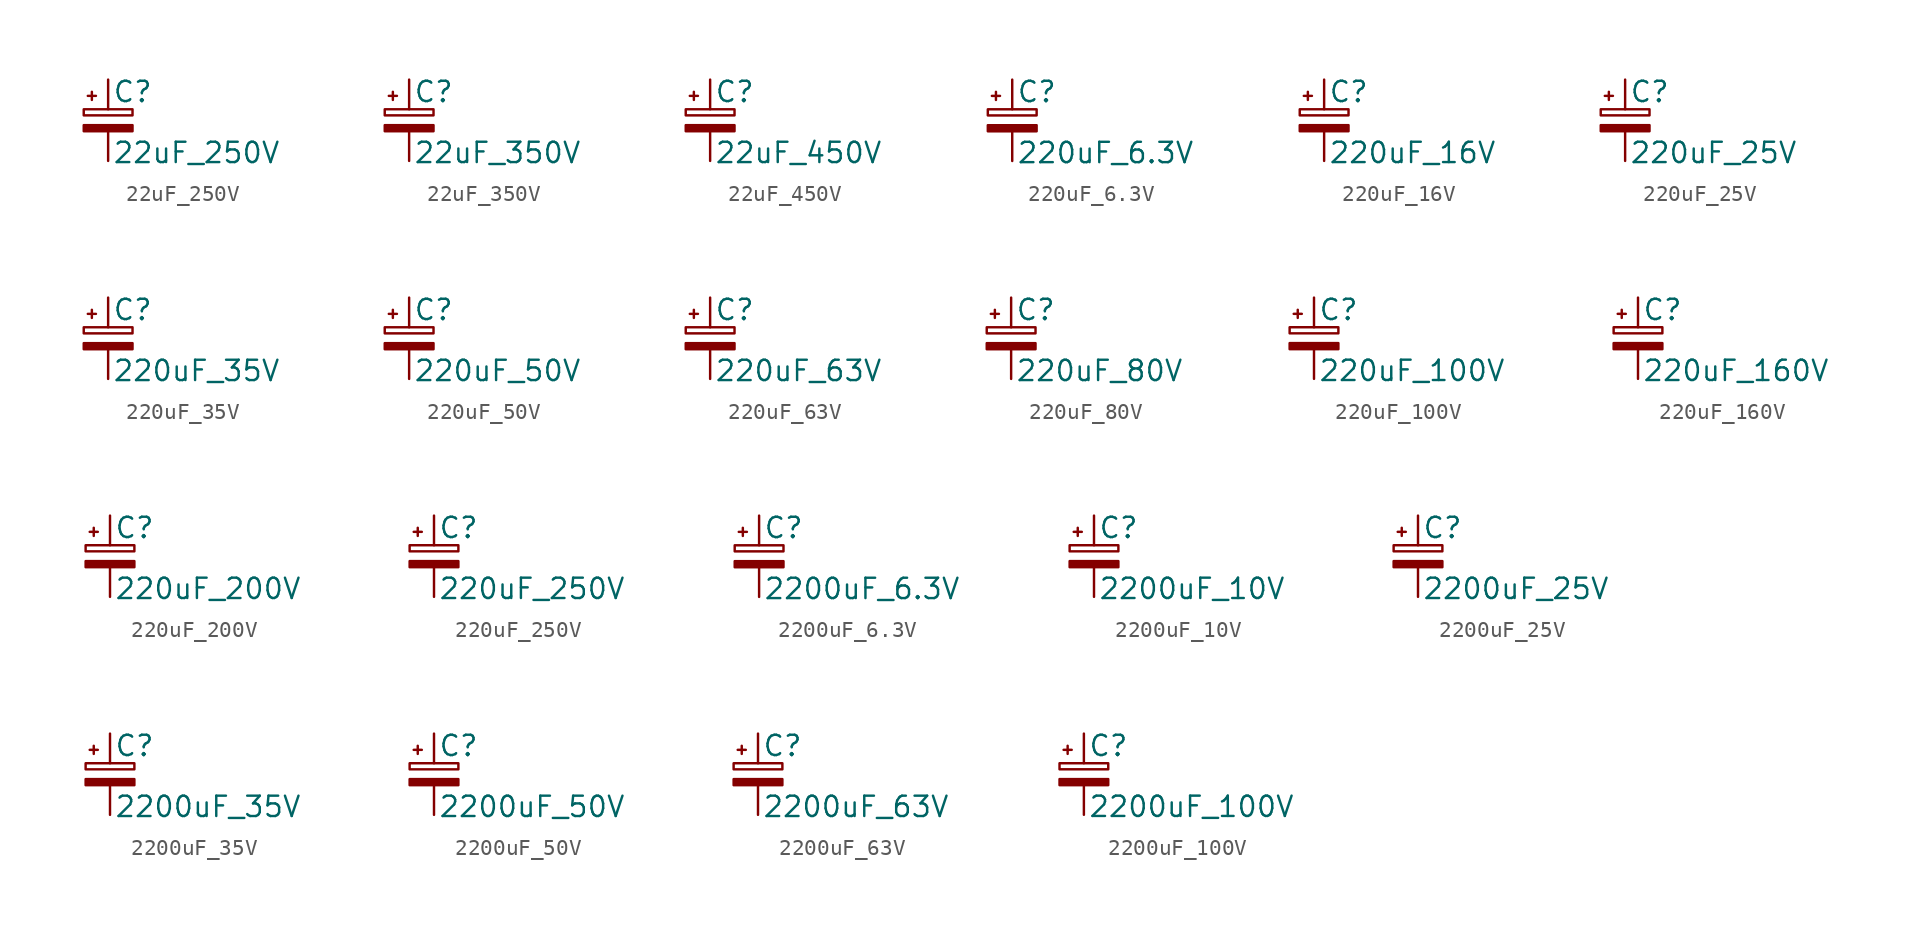
<source format=kicad_sym>
(kicad_symbol_lib
  (version 20211014)
  (generator kicad_symbol_editor)
  (symbol "22uF_250V"
    (pin_numbers hide)
    (pin_names
      (offset 0.254) hide)
    (property "Reference" "C"
      (at 0.254 1.778 0)
      (effects (font (size 1.27 1.27)) (justify left)))
    (property "Value" "22uF_250V"
      (at 0.254 -2.032 0)
      (effects (font (size 1.27 1.27)) (justify left)))
    (symbol "22uF_250V_0_1"
      (rectangle (start -1.524 -0.305) (end 1.524 -0.686) (stroke (width 0) (type default) (color 0 0 0 0)) (fill (type outline)))
      (rectangle (start -1.524 0.686) (end 1.524 0.305) (stroke (width 0) (type default) (color 0 0 0 0)) (fill (type none)))
      (polyline (pts (xy -1.27 1.524) (xy -0.762 1.524)) (stroke (width 0) (type default) (color 0 0 0 0)) (fill (type none)))
      (polyline (pts (xy -1.016 1.27) (xy -1.016 1.778)) (stroke (width 0) (type default) (color 0 0 0 0)) (fill (type none))))
    (symbol "22uF_250V_1_1"
      (pin passive line (at 0 2.54 270) (length 1.854) (name "~" (effects (font (size 1.27 1.27)))) (number "1" (effects (font (size 1.27 1.27)))))
      (pin passive line (at 0 -2.54 90) (length 1.854) (name "~" (effects (font (size 1.27 1.27)))) (number "2" (effects (font (size 1.27 1.27)))))))
  (symbol "22uF_350V"
    (pin_numbers hide)
    (pin_names
      (offset 0.254) hide)
    (property "Reference" "C"
      (at 0.254 1.778 0)
      (effects (font (size 1.27 1.27)) (justify left)))
    (property "Value" "22uF_350V"
      (at 0.254 -2.032 0)
      (effects (font (size 1.27 1.27)) (justify left)))
    (symbol "22uF_350V_0_1"
      (rectangle (start -1.524 -0.305) (end 1.524 -0.686) (stroke (width 0) (type default) (color 0 0 0 0)) (fill (type outline)))
      (rectangle (start -1.524 0.686) (end 1.524 0.305) (stroke (width 0) (type default) (color 0 0 0 0)) (fill (type none)))
      (polyline (pts (xy -1.27 1.524) (xy -0.762 1.524)) (stroke (width 0) (type default) (color 0 0 0 0)) (fill (type none)))
      (polyline (pts (xy -1.016 1.27) (xy -1.016 1.778)) (stroke (width 0) (type default) (color 0 0 0 0)) (fill (type none))))
    (symbol "22uF_350V_1_1"
      (pin passive line (at 0 2.54 270) (length 1.854) (name "~" (effects (font (size 1.27 1.27)))) (number "1" (effects (font (size 1.27 1.27)))))
      (pin passive line (at 0 -2.54 90) (length 1.854) (name "~" (effects (font (size 1.27 1.27)))) (number "2" (effects (font (size 1.27 1.27)))))))
  (symbol "22uF_450V"
    (pin_numbers hide)
    (pin_names
      (offset 0.254) hide)
    (property "Reference" "C"
      (at 0.254 1.778 0)
      (effects (font (size 1.27 1.27)) (justify left)))
    (property "Value" "22uF_450V"
      (at 0.254 -2.032 0)
      (effects (font (size 1.27 1.27)) (justify left)))
    (symbol "22uF_450V_0_1"
      (rectangle (start -1.524 -0.305) (end 1.524 -0.686) (stroke (width 0) (type default) (color 0 0 0 0)) (fill (type outline)))
      (rectangle (start -1.524 0.686) (end 1.524 0.305) (stroke (width 0) (type default) (color 0 0 0 0)) (fill (type none)))
      (polyline (pts (xy -1.27 1.524) (xy -0.762 1.524)) (stroke (width 0) (type default) (color 0 0 0 0)) (fill (type none)))
      (polyline (pts (xy -1.016 1.27) (xy -1.016 1.778)) (stroke (width 0) (type default) (color 0 0 0 0)) (fill (type none))))
    (symbol "22uF_450V_1_1"
      (pin passive line (at 0 2.54 270) (length 1.854) (name "~" (effects (font (size 1.27 1.27)))) (number "1" (effects (font (size 1.27 1.27)))))
      (pin passive line (at 0 -2.54 90) (length 1.854) (name "~" (effects (font (size 1.27 1.27)))) (number "2" (effects (font (size 1.27 1.27)))))))
  (symbol "220uF_6.3V"
    (pin_numbers hide)
    (pin_names
      (offset 0.254) hide)
    (property "Reference" "C"
      (at 0.254 1.778 0)
      (effects (font (size 1.27 1.27)) (justify left)))
    (property "Value" "220uF_6.3V"
      (at 0.254 -2.032 0)
      (effects (font (size 1.27 1.27)) (justify left)))
    (symbol "220uF_6.3V_0_1"
      (rectangle (start -1.524 -0.305) (end 1.524 -0.686) (stroke (width 0) (type default) (color 0 0 0 0)) (fill (type outline)))
      (rectangle (start -1.524 0.686) (end 1.524 0.305) (stroke (width 0) (type default) (color 0 0 0 0)) (fill (type none)))
      (polyline (pts (xy -1.27 1.524) (xy -0.762 1.524)) (stroke (width 0) (type default) (color 0 0 0 0)) (fill (type none)))
      (polyline (pts (xy -1.016 1.27) (xy -1.016 1.778)) (stroke (width 0) (type default) (color 0 0 0 0)) (fill (type none))))
    (symbol "220uF_6.3V_1_1"
      (pin passive line (at 0 2.54 270) (length 1.854) (name "~" (effects (font (size 1.27 1.27)))) (number "1" (effects (font (size 1.27 1.27)))))
      (pin passive line (at 0 -2.54 90) (length 1.854) (name "~" (effects (font (size 1.27 1.27)))) (number "2" (effects (font (size 1.27 1.27)))))))
  (symbol "220uF_16V"
    (pin_numbers hide)
    (pin_names
      (offset 0.254) hide)
    (property "Reference" "C"
      (at 0.254 1.778 0)
      (effects (font (size 1.27 1.27)) (justify left)))
    (property "Value" "220uF_16V"
      (at 0.254 -2.032 0)
      (effects (font (size 1.27 1.27)) (justify left)))
    (symbol "220uF_16V_0_1"
      (rectangle (start -1.524 -0.305) (end 1.524 -0.686) (stroke (width 0) (type default) (color 0 0 0 0)) (fill (type outline)))
      (rectangle (start -1.524 0.686) (end 1.524 0.305) (stroke (width 0) (type default) (color 0 0 0 0)) (fill (type none)))
      (polyline (pts (xy -1.27 1.524) (xy -0.762 1.524)) (stroke (width 0) (type default) (color 0 0 0 0)) (fill (type none)))
      (polyline (pts (xy -1.016 1.27) (xy -1.016 1.778)) (stroke (width 0) (type default) (color 0 0 0 0)) (fill (type none))))
    (symbol "220uF_16V_1_1"
      (pin passive line (at 0 2.54 270) (length 1.854) (name "~" (effects (font (size 1.27 1.27)))) (number "1" (effects (font (size 1.27 1.27)))))
      (pin passive line (at 0 -2.54 90) (length 1.854) (name "~" (effects (font (size 1.27 1.27)))) (number "2" (effects (font (size 1.27 1.27)))))))
  (symbol "220uF_25V"
    (pin_numbers hide)
    (pin_names
      (offset 0.254) hide)
    (property "Reference" "C"
      (at 0.254 1.778 0)
      (effects (font (size 1.27 1.27)) (justify left)))
    (property "Value" "220uF_25V"
      (at 0.254 -2.032 0)
      (effects (font (size 1.27 1.27)) (justify left)))
    (symbol "220uF_25V_0_1"
      (rectangle (start -1.524 -0.305) (end 1.524 -0.686) (stroke (width 0) (type default) (color 0 0 0 0)) (fill (type outline)))
      (rectangle (start -1.524 0.686) (end 1.524 0.305) (stroke (width 0) (type default) (color 0 0 0 0)) (fill (type none)))
      (polyline (pts (xy -1.27 1.524) (xy -0.762 1.524)) (stroke (width 0) (type default) (color 0 0 0 0)) (fill (type none)))
      (polyline (pts (xy -1.016 1.27) (xy -1.016 1.778)) (stroke (width 0) (type default) (color 0 0 0 0)) (fill (type none))))
    (symbol "220uF_25V_1_1"
      (pin passive line (at 0 2.54 270) (length 1.854) (name "~" (effects (font (size 1.27 1.27)))) (number "1" (effects (font (size 1.27 1.27)))))
      (pin passive line (at 0 -2.54 90) (length 1.854) (name "~" (effects (font (size 1.27 1.27)))) (number "2" (effects (font (size 1.27 1.27)))))))
  (symbol "220uF_35V"
    (pin_numbers hide)
    (pin_names
      (offset 0.254) hide)
    (property "Reference" "C"
      (at 0.254 1.778 0)
      (effects (font (size 1.27 1.27)) (justify left)))
    (property "Value" "220uF_35V"
      (at 0.254 -2.032 0)
      (effects (font (size 1.27 1.27)) (justify left)))
    (symbol "220uF_35V_0_1"
      (rectangle (start -1.524 -0.305) (end 1.524 -0.686) (stroke (width 0) (type default) (color 0 0 0 0)) (fill (type outline)))
      (rectangle (start -1.524 0.686) (end 1.524 0.305) (stroke (width 0) (type default) (color 0 0 0 0)) (fill (type none)))
      (polyline (pts (xy -1.27 1.524) (xy -0.762 1.524)) (stroke (width 0) (type default) (color 0 0 0 0)) (fill (type none)))
      (polyline (pts (xy -1.016 1.27) (xy -1.016 1.778)) (stroke (width 0) (type default) (color 0 0 0 0)) (fill (type none))))
    (symbol "220uF_35V_1_1"
      (pin passive line (at 0 2.54 270) (length 1.854) (name "~" (effects (font (size 1.27 1.27)))) (number "1" (effects (font (size 1.27 1.27)))))
      (pin passive line (at 0 -2.54 90) (length 1.854) (name "~" (effects (font (size 1.27 1.27)))) (number "2" (effects (font (size 1.27 1.27)))))))
  (symbol "220uF_50V"
    (pin_numbers hide)
    (pin_names
      (offset 0.254) hide)
    (property "Reference" "C"
      (at 0.254 1.778 0)
      (effects (font (size 1.27 1.27)) (justify left)))
    (property "Value" "220uF_50V"
      (at 0.254 -2.032 0)
      (effects (font (size 1.27 1.27)) (justify left)))
    (symbol "220uF_50V_0_1"
      (rectangle (start -1.524 -0.305) (end 1.524 -0.686) (stroke (width 0) (type default) (color 0 0 0 0)) (fill (type outline)))
      (rectangle (start -1.524 0.686) (end 1.524 0.305) (stroke (width 0) (type default) (color 0 0 0 0)) (fill (type none)))
      (polyline (pts (xy -1.27 1.524) (xy -0.762 1.524)) (stroke (width 0) (type default) (color 0 0 0 0)) (fill (type none)))
      (polyline (pts (xy -1.016 1.27) (xy -1.016 1.778)) (stroke (width 0) (type default) (color 0 0 0 0)) (fill (type none))))
    (symbol "220uF_50V_1_1"
      (pin passive line (at 0 2.54 270) (length 1.854) (name "~" (effects (font (size 1.27 1.27)))) (number "1" (effects (font (size 1.27 1.27)))))
      (pin passive line (at 0 -2.54 90) (length 1.854) (name "~" (effects (font (size 1.27 1.27)))) (number "2" (effects (font (size 1.27 1.27)))))))
  (symbol "220uF_63V"
    (pin_numbers hide)
    (pin_names
      (offset 0.254) hide)
    (property "Reference" "C"
      (at 0.254 1.778 0)
      (effects (font (size 1.27 1.27)) (justify left)))
    (property "Value" "220uF_63V"
      (at 0.254 -2.032 0)
      (effects (font (size 1.27 1.27)) (justify left)))
    (symbol "220uF_63V_0_1"
      (rectangle (start -1.524 -0.305) (end 1.524 -0.686) (stroke (width 0) (type default) (color 0 0 0 0)) (fill (type outline)))
      (rectangle (start -1.524 0.686) (end 1.524 0.305) (stroke (width 0) (type default) (color 0 0 0 0)) (fill (type none)))
      (polyline (pts (xy -1.27 1.524) (xy -0.762 1.524)) (stroke (width 0) (type default) (color 0 0 0 0)) (fill (type none)))
      (polyline (pts (xy -1.016 1.27) (xy -1.016 1.778)) (stroke (width 0) (type default) (color 0 0 0 0)) (fill (type none))))
    (symbol "220uF_63V_1_1"
      (pin passive line (at 0 2.54 270) (length 1.854) (name "~" (effects (font (size 1.27 1.27)))) (number "1" (effects (font (size 1.27 1.27)))))
      (pin passive line (at 0 -2.54 90) (length 1.854) (name "~" (effects (font (size 1.27 1.27)))) (number "2" (effects (font (size 1.27 1.27)))))))
  (symbol "220uF_80V"
    (pin_numbers hide)
    (pin_names
      (offset 0.254) hide)
    (property "Reference" "C"
      (at 0.254 1.778 0)
      (effects (font (size 1.27 1.27)) (justify left)))
    (property "Value" "220uF_80V"
      (at 0.254 -2.032 0)
      (effects (font (size 1.27 1.27)) (justify left)))
    (symbol "220uF_80V_0_1"
      (rectangle (start -1.524 -0.305) (end 1.524 -0.686) (stroke (width 0) (type default) (color 0 0 0 0)) (fill (type outline)))
      (rectangle (start -1.524 0.686) (end 1.524 0.305) (stroke (width 0) (type default) (color 0 0 0 0)) (fill (type none)))
      (polyline (pts (xy -1.27 1.524) (xy -0.762 1.524)) (stroke (width 0) (type default) (color 0 0 0 0)) (fill (type none)))
      (polyline (pts (xy -1.016 1.27) (xy -1.016 1.778)) (stroke (width 0) (type default) (color 0 0 0 0)) (fill (type none))))
    (symbol "220uF_80V_1_1"
      (pin passive line (at 0 2.54 270) (length 1.854) (name "~" (effects (font (size 1.27 1.27)))) (number "1" (effects (font (size 1.27 1.27)))))
      (pin passive line (at 0 -2.54 90) (length 1.854) (name "~" (effects (font (size 1.27 1.27)))) (number "2" (effects (font (size 1.27 1.27)))))))
  (symbol "220uF_100V"
    (pin_numbers hide)
    (pin_names
      (offset 0.254) hide)
    (property "Reference" "C"
      (at 0.254 1.778 0)
      (effects (font (size 1.27 1.27)) (justify left)))
    (property "Value" "220uF_100V"
      (at 0.254 -2.032 0)
      (effects (font (size 1.27 1.27)) (justify left)))
    (symbol "220uF_100V_0_1"
      (rectangle (start -1.524 -0.305) (end 1.524 -0.686) (stroke (width 0) (type default) (color 0 0 0 0)) (fill (type outline)))
      (rectangle (start -1.524 0.686) (end 1.524 0.305) (stroke (width 0) (type default) (color 0 0 0 0)) (fill (type none)))
      (polyline (pts (xy -1.27 1.524) (xy -0.762 1.524)) (stroke (width 0) (type default) (color 0 0 0 0)) (fill (type none)))
      (polyline (pts (xy -1.016 1.27) (xy -1.016 1.778)) (stroke (width 0) (type default) (color 0 0 0 0)) (fill (type none))))
    (symbol "220uF_100V_1_1"
      (pin passive line (at 0 2.54 270) (length 1.854) (name "~" (effects (font (size 1.27 1.27)))) (number "1" (effects (font (size 1.27 1.27)))))
      (pin passive line (at 0 -2.54 90) (length 1.854) (name "~" (effects (font (size 1.27 1.27)))) (number "2" (effects (font (size 1.27 1.27)))))))
  (symbol "220uF_160V"
    (pin_numbers hide)
    (pin_names
      (offset 0.254) hide)
    (property "Reference" "C"
      (at 0.254 1.778 0)
      (effects (font (size 1.27 1.27)) (justify left)))
    (property "Value" "220uF_160V"
      (at 0.254 -2.032 0)
      (effects (font (size 1.27 1.27)) (justify left)))
    (symbol "220uF_160V_0_1"
      (rectangle (start -1.524 -0.305) (end 1.524 -0.686) (stroke (width 0) (type default) (color 0 0 0 0)) (fill (type outline)))
      (rectangle (start -1.524 0.686) (end 1.524 0.305) (stroke (width 0) (type default) (color 0 0 0 0)) (fill (type none)))
      (polyline (pts (xy -1.27 1.524) (xy -0.762 1.524)) (stroke (width 0) (type default) (color 0 0 0 0)) (fill (type none)))
      (polyline (pts (xy -1.016 1.27) (xy -1.016 1.778)) (stroke (width 0) (type default) (color 0 0 0 0)) (fill (type none))))
    (symbol "220uF_160V_1_1"
      (pin passive line (at 0 2.54 270) (length 1.854) (name "~" (effects (font (size 1.27 1.27)))) (number "1" (effects (font (size 1.27 1.27)))))
      (pin passive line (at 0 -2.54 90) (length 1.854) (name "~" (effects (font (size 1.27 1.27)))) (number "2" (effects (font (size 1.27 1.27)))))))
  (symbol "220uF_200V"
    (pin_numbers hide)
    (pin_names
      (offset 0.254) hide)
    (property "Reference" "C"
      (at 0.254 1.778 0)
      (effects (font (size 1.27 1.27)) (justify left)))
    (property "Value" "220uF_200V"
      (at 0.254 -2.032 0)
      (effects (font (size 1.27 1.27)) (justify left)))
    (symbol "220uF_200V_0_1"
      (rectangle (start -1.524 -0.305) (end 1.524 -0.686) (stroke (width 0) (type default) (color 0 0 0 0)) (fill (type outline)))
      (rectangle (start -1.524 0.686) (end 1.524 0.305) (stroke (width 0) (type default) (color 0 0 0 0)) (fill (type none)))
      (polyline (pts (xy -1.27 1.524) (xy -0.762 1.524)) (stroke (width 0) (type default) (color 0 0 0 0)) (fill (type none)))
      (polyline (pts (xy -1.016 1.27) (xy -1.016 1.778)) (stroke (width 0) (type default) (color 0 0 0 0)) (fill (type none))))
    (symbol "220uF_200V_1_1"
      (pin passive line (at 0 2.54 270) (length 1.854) (name "~" (effects (font (size 1.27 1.27)))) (number "1" (effects (font (size 1.27 1.27)))))
      (pin passive line (at 0 -2.54 90) (length 1.854) (name "~" (effects (font (size 1.27 1.27)))) (number "2" (effects (font (size 1.27 1.27)))))))
  (symbol "220uF_250V"
    (pin_numbers hide)
    (pin_names
      (offset 0.254) hide)
    (property "Reference" "C"
      (at 0.254 1.778 0)
      (effects (font (size 1.27 1.27)) (justify left)))
    (property "Value" "220uF_250V"
      (at 0.254 -2.032 0)
      (effects (font (size 1.27 1.27)) (justify left)))
    (symbol "220uF_250V_0_1"
      (rectangle (start -1.524 -0.305) (end 1.524 -0.686) (stroke (width 0) (type default) (color 0 0 0 0)) (fill (type outline)))
      (rectangle (start -1.524 0.686) (end 1.524 0.305) (stroke (width 0) (type default) (color 0 0 0 0)) (fill (type none)))
      (polyline (pts (xy -1.27 1.524) (xy -0.762 1.524)) (stroke (width 0) (type default) (color 0 0 0 0)) (fill (type none)))
      (polyline (pts (xy -1.016 1.27) (xy -1.016 1.778)) (stroke (width 0) (type default) (color 0 0 0 0)) (fill (type none))))
    (symbol "220uF_250V_1_1"
      (pin passive line (at 0 2.54 270) (length 1.854) (name "~" (effects (font (size 1.27 1.27)))) (number "1" (effects (font (size 1.27 1.27)))))
      (pin passive line (at 0 -2.54 90) (length 1.854) (name "~" (effects (font (size 1.27 1.27)))) (number "2" (effects (font (size 1.27 1.27)))))))
  (symbol "2200uF_6.3V"
    (pin_numbers hide)
    (pin_names
      (offset 0.254) hide)
    (property "Reference" "C"
      (at 0.254 1.778 0)
      (effects (font (size 1.27 1.27)) (justify left)))
    (property "Value" "2200uF_6.3V"
      (at 0.254 -2.032 0)
      (effects (font (size 1.27 1.27)) (justify left)))
    (symbol "2200uF_6.3V_0_1"
      (rectangle (start -1.524 -0.305) (end 1.524 -0.686) (stroke (width 0) (type default) (color 0 0 0 0)) (fill (type outline)))
      (rectangle (start -1.524 0.686) (end 1.524 0.305) (stroke (width 0) (type default) (color 0 0 0 0)) (fill (type none)))
      (polyline (pts (xy -1.27 1.524) (xy -0.762 1.524)) (stroke (width 0) (type default) (color 0 0 0 0)) (fill (type none)))
      (polyline (pts (xy -1.016 1.27) (xy -1.016 1.778)) (stroke (width 0) (type default) (color 0 0 0 0)) (fill (type none))))
    (symbol "2200uF_6.3V_1_1"
      (pin passive line (at 0 2.54 270) (length 1.854) (name "~" (effects (font (size 1.27 1.27)))) (number "1" (effects (font (size 1.27 1.27)))))
      (pin passive line (at 0 -2.54 90) (length 1.854) (name "~" (effects (font (size 1.27 1.27)))) (number "2" (effects (font (size 1.27 1.27)))))))
  (symbol "2200uF_10V"
    (pin_numbers hide)
    (pin_names
      (offset 0.254) hide)
    (property "Reference" "C"
      (at 0.254 1.778 0)
      (effects (font (size 1.27 1.27)) (justify left)))
    (property "Value" "2200uF_10V"
      (at 0.254 -2.032 0)
      (effects (font (size 1.27 1.27)) (justify left)))
    (symbol "2200uF_10V_0_1"
      (rectangle (start -1.524 -0.305) (end 1.524 -0.686) (stroke (width 0) (type default) (color 0 0 0 0)) (fill (type outline)))
      (rectangle (start -1.524 0.686) (end 1.524 0.305) (stroke (width 0) (type default) (color 0 0 0 0)) (fill (type none)))
      (polyline (pts (xy -1.27 1.524) (xy -0.762 1.524)) (stroke (width 0) (type default) (color 0 0 0 0)) (fill (type none)))
      (polyline (pts (xy -1.016 1.27) (xy -1.016 1.778)) (stroke (width 0) (type default) (color 0 0 0 0)) (fill (type none))))
    (symbol "2200uF_10V_1_1"
      (pin passive line (at 0 2.54 270) (length 1.854) (name "~" (effects (font (size 1.27 1.27)))) (number "1" (effects (font (size 1.27 1.27)))))
      (pin passive line (at 0 -2.54 90) (length 1.854) (name "~" (effects (font (size 1.27 1.27)))) (number "2" (effects (font (size 1.27 1.27)))))))
  (symbol "2200uF_25V"
    (pin_numbers hide)
    (pin_names
      (offset 0.254) hide)
    (property "Reference" "C"
      (at 0.254 1.778 0)
      (effects (font (size 1.27 1.27)) (justify left)))
    (property "Value" "2200uF_25V"
      (at 0.254 -2.032 0)
      (effects (font (size 1.27 1.27)) (justify left)))
    (symbol "2200uF_25V_0_1"
      (rectangle (start -1.524 -0.305) (end 1.524 -0.686) (stroke (width 0) (type default) (color 0 0 0 0)) (fill (type outline)))
      (rectangle (start -1.524 0.686) (end 1.524 0.305) (stroke (width 0) (type default) (color 0 0 0 0)) (fill (type none)))
      (polyline (pts (xy -1.27 1.524) (xy -0.762 1.524)) (stroke (width 0) (type default) (color 0 0 0 0)) (fill (type none)))
      (polyline (pts (xy -1.016 1.27) (xy -1.016 1.778)) (stroke (width 0) (type default) (color 0 0 0 0)) (fill (type none))))
    (symbol "2200uF_25V_1_1"
      (pin passive line (at 0 2.54 270) (length 1.854) (name "~" (effects (font (size 1.27 1.27)))) (number "1" (effects (font (size 1.27 1.27)))))
      (pin passive line (at 0 -2.54 90) (length 1.854) (name "~" (effects (font (size 1.27 1.27)))) (number "2" (effects (font (size 1.27 1.27)))))))
  (symbol "2200uF_35V"
    (pin_numbers hide)
    (pin_names
      (offset 0.254) hide)
    (property "Reference" "C"
      (at 0.254 1.778 0)
      (effects (font (size 1.27 1.27)) (justify left)))
    (property "Value" "2200uF_35V"
      (at 0.254 -2.032 0)
      (effects (font (size 1.27 1.27)) (justify left)))
    (symbol "2200uF_35V_0_1"
      (rectangle (start -1.524 -0.305) (end 1.524 -0.686) (stroke (width 0) (type default) (color 0 0 0 0)) (fill (type outline)))
      (rectangle (start -1.524 0.686) (end 1.524 0.305) (stroke (width 0) (type default) (color 0 0 0 0)) (fill (type none)))
      (polyline (pts (xy -1.27 1.524) (xy -0.762 1.524)) (stroke (width 0) (type default) (color 0 0 0 0)) (fill (type none)))
      (polyline (pts (xy -1.016 1.27) (xy -1.016 1.778)) (stroke (width 0) (type default) (color 0 0 0 0)) (fill (type none))))
    (symbol "2200uF_35V_1_1"
      (pin passive line (at 0 2.54 270) (length 1.854) (name "~" (effects (font (size 1.27 1.27)))) (number "1" (effects (font (size 1.27 1.27)))))
      (pin passive line (at 0 -2.54 90) (length 1.854) (name "~" (effects (font (size 1.27 1.27)))) (number "2" (effects (font (size 1.27 1.27)))))))
  (symbol "2200uF_50V"
    (pin_numbers hide)
    (pin_names
      (offset 0.254) hide)
    (property "Reference" "C"
      (at 0.254 1.778 0)
      (effects (font (size 1.27 1.27)) (justify left)))
    (property "Value" "2200uF_50V"
      (at 0.254 -2.032 0)
      (effects (font (size 1.27 1.27)) (justify left)))
    (symbol "2200uF_50V_0_1"
      (rectangle (start -1.524 -0.305) (end 1.524 -0.686) (stroke (width 0) (type default) (color 0 0 0 0)) (fill (type outline)))
      (rectangle (start -1.524 0.686) (end 1.524 0.305) (stroke (width 0) (type default) (color 0 0 0 0)) (fill (type none)))
      (polyline (pts (xy -1.27 1.524) (xy -0.762 1.524)) (stroke (width 0) (type default) (color 0 0 0 0)) (fill (type none)))
      (polyline (pts (xy -1.016 1.27) (xy -1.016 1.778)) (stroke (width 0) (type default) (color 0 0 0 0)) (fill (type none))))
    (symbol "2200uF_50V_1_1"
      (pin passive line (at 0 2.54 270) (length 1.854) (name "~" (effects (font (size 1.27 1.27)))) (number "1" (effects (font (size 1.27 1.27)))))
      (pin passive line (at 0 -2.54 90) (length 1.854) (name "~" (effects (font (size 1.27 1.27)))) (number "2" (effects (font (size 1.27 1.27)))))))
  (symbol "2200uF_63V"
    (pin_numbers hide)
    (pin_names
      (offset 0.254) hide)
    (property "Reference" "C"
      (at 0.254 1.778 0)
      (effects (font (size 1.27 1.27)) (justify left)))
    (property "Value" "2200uF_63V"
      (at 0.254 -2.032 0)
      (effects (font (size 1.27 1.27)) (justify left)))
    (symbol "2200uF_63V_0_1"
      (rectangle (start -1.524 -0.305) (end 1.524 -0.686) (stroke (width 0) (type default) (color 0 0 0 0)) (fill (type outline)))
      (rectangle (start -1.524 0.686) (end 1.524 0.305) (stroke (width 0) (type default) (color 0 0 0 0)) (fill (type none)))
      (polyline (pts (xy -1.27 1.524) (xy -0.762 1.524)) (stroke (width 0) (type default) (color 0 0 0 0)) (fill (type none)))
      (polyline (pts (xy -1.016 1.27) (xy -1.016 1.778)) (stroke (width 0) (type default) (color 0 0 0 0)) (fill (type none))))
    (symbol "2200uF_63V_1_1"
      (pin passive line (at 0 2.54 270) (length 1.854) (name "~" (effects (font (size 1.27 1.27)))) (number "1" (effects (font (size 1.27 1.27)))))
      (pin passive line (at 0 -2.54 90) (length 1.854) (name "~" (effects (font (size 1.27 1.27)))) (number "2" (effects (font (size 1.27 1.27)))))))
  (symbol "2200uF_100V"
    (pin_numbers hide)
    (pin_names
      (offset 0.254) hide)
    (property "Reference" "C"
      (at 0.254 1.778 0)
      (effects (font (size 1.27 1.27)) (justify left)))
    (property "Value" "2200uF_100V"
      (at 0.254 -2.032 0)
      (effects (font (size 1.27 1.27)) (justify left)))
    (symbol "2200uF_100V_0_1"
      (rectangle (start -1.524 -0.305) (end 1.524 -0.686) (stroke (width 0) (type default) (color 0 0 0 0)) (fill (type outline)))
      (rectangle (start -1.524 0.686) (end 1.524 0.305) (stroke (width 0) (type default) (color 0 0 0 0)) (fill (type none)))
      (polyline (pts (xy -1.27 1.524) (xy -0.762 1.524)) (stroke (width 0) (type default) (color 0 0 0 0)) (fill (type none)))
      (polyline (pts (xy -1.016 1.27) (xy -1.016 1.778)) (stroke (width 0) (type default) (color 0 0 0 0)) (fill (type none))))
    (symbol "2200uF_100V_1_1"
      (pin passive line (at 0 2.54 270) (length 1.854) (name "~" (effects (font (size 1.27 1.27)))) (number "1" (effects (font (size 1.27 1.27)))))
      (pin passive line (at 0 -2.54 90) (length 1.854) (name "~" (effects (font (size 1.27 1.27)))) (number "2" (effects (font (size 1.27 1.27))))))))
</source>
